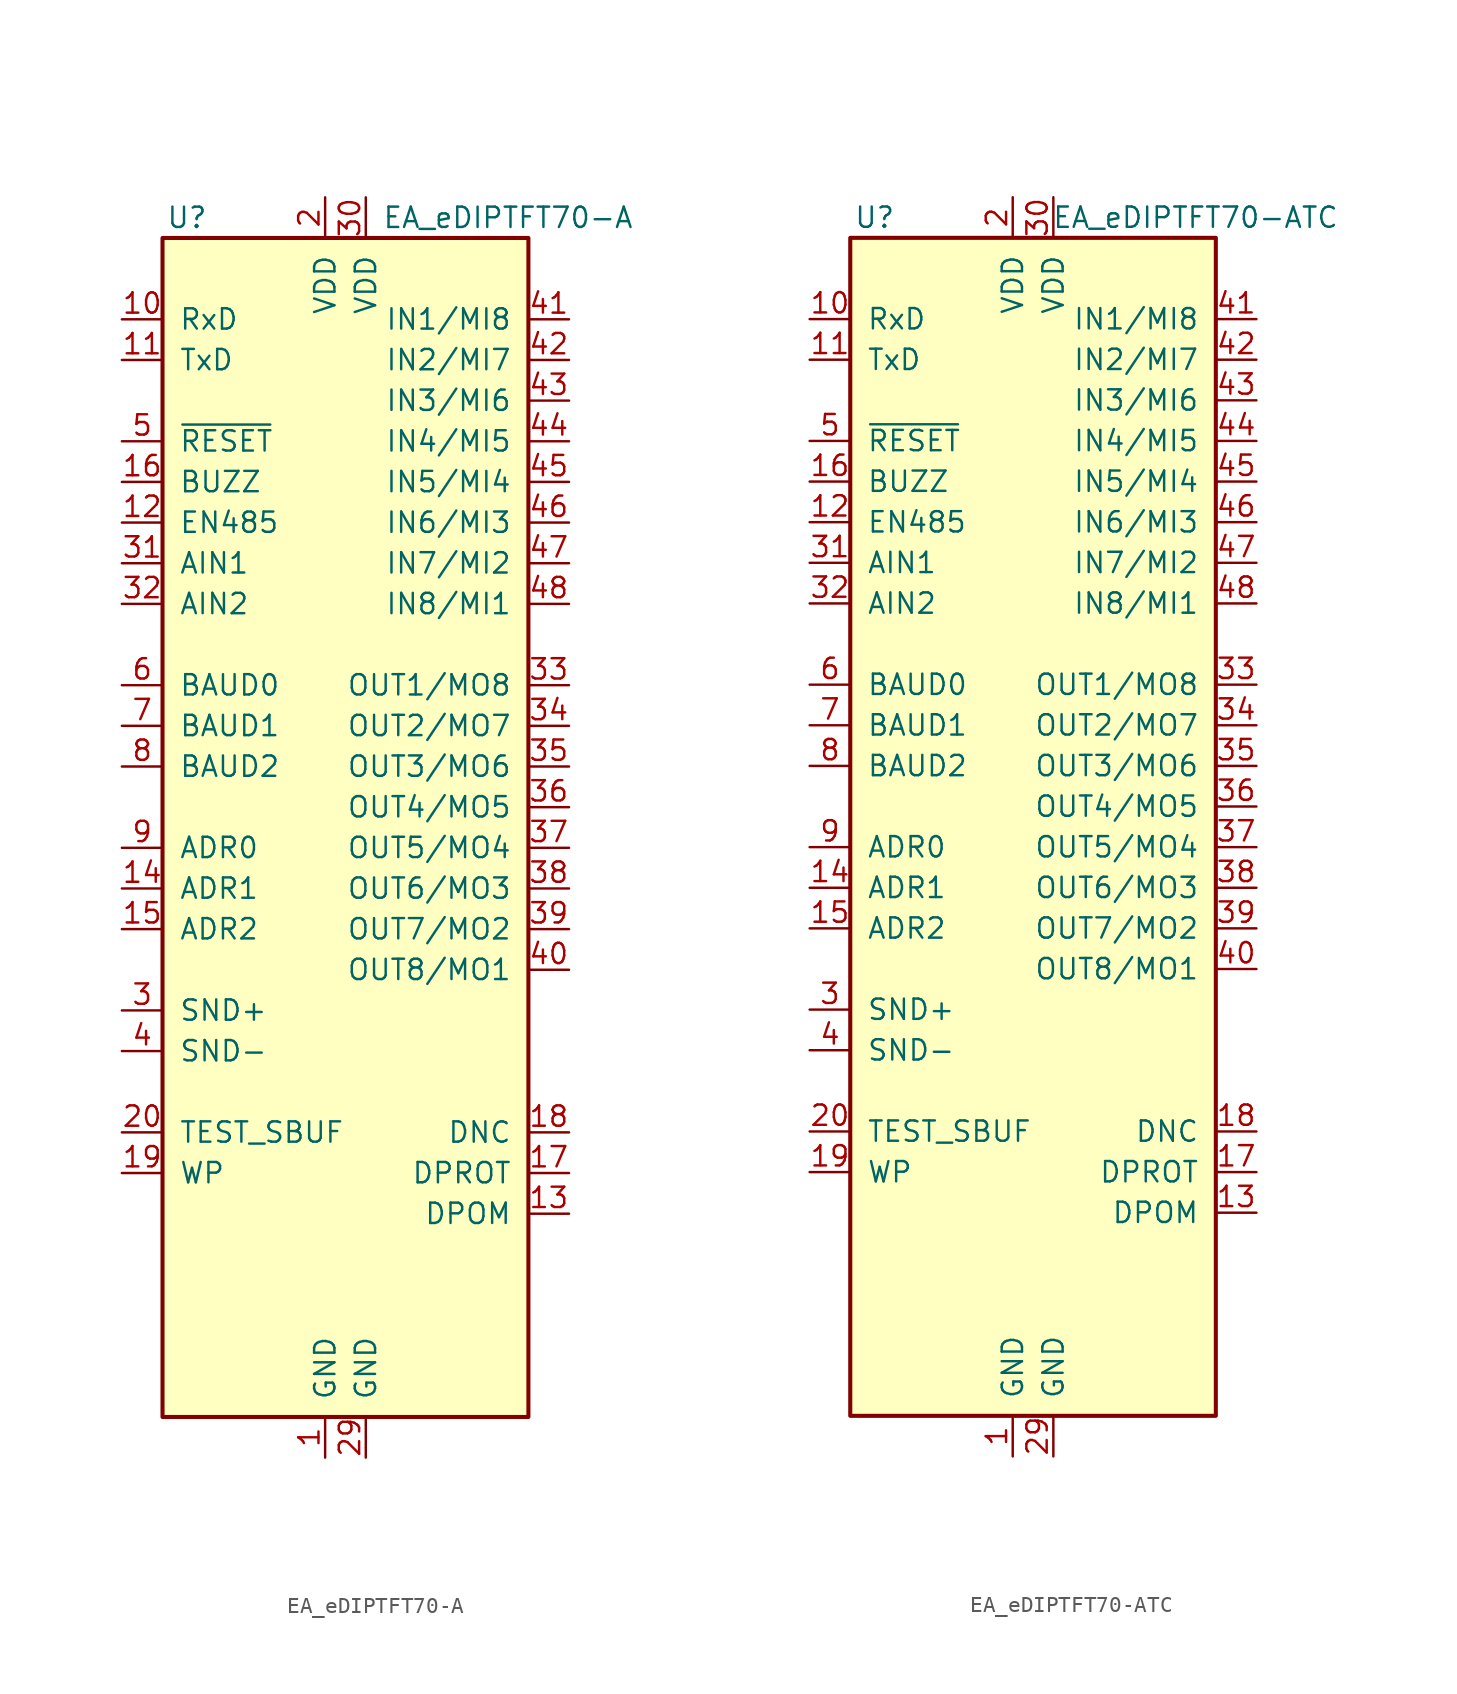
<source format=kicad_sym>
(kicad_symbol_lib
  (version 20201005)
  (generator kicad_symbol_editor)
  (symbol "Display_Graphic:EA_eDIPTFT70-A"
    (pin_names
      (offset 1.016))
    (property "Reference" "U"
      (at -8.636 36.83 0)
      (effects (font (size 1.27 1.27))))
    (property "Value" "EA_eDIPTFT70-A"
      (at 11.43 36.83 0)
      (effects (font (size 1.27 1.27))))
    (symbol "EA_eDIPTFT70-A_0_1"
      (rectangle (start -10.16 35.56) (end 12.7 -38.1) (stroke (width 0.254)) (fill (type background))))
    (symbol "EA_eDIPTFT70-A_1_1"
      (pin power_in line (at 0 -40.64 90) (length 2.54) (name "GND" (effects (font (size 1.27 1.27)))) (number "1" (effects (font (size 1.27 1.27)))))
      (pin input line (at -12.7 30.48 0) (length 2.54) (name "RxD" (effects (font (size 1.27 1.27)))) (number "10" (effects (font (size 1.27 1.27)))))
      (pin output line (at -12.7 27.94 0) (length 2.54) (name "TxD" (effects (font (size 1.27 1.27)))) (number "11" (effects (font (size 1.27 1.27)))))
      (pin output line (at -12.7 17.78 0) (length 2.54) (name "EN485" (effects (font (size 1.27 1.27)))) (number "12" (effects (font (size 1.27 1.27)))))
      (pin input line (at 15.24 -25.4 180) (length 2.54) (name "DPOM" (effects (font (size 1.27 1.27)))) (number "13" (effects (font (size 1.27 1.27)))))
      (pin input line (at -12.7 -5.08 0) (length 2.54) (name "ADR1" (effects (font (size 1.27 1.27)))) (number "14" (effects (font (size 1.27 1.27)))))
      (pin input line (at -12.7 -7.62 0) (length 2.54) (name "ADR2" (effects (font (size 1.27 1.27)))) (number "15" (effects (font (size 1.27 1.27)))))
      (pin output line (at -12.7 20.32 0) (length 2.54) (name "BUZZ" (effects (font (size 1.27 1.27)))) (number "16" (effects (font (size 1.27 1.27)))))
      (pin input line (at 15.24 -22.86 180) (length 2.54) (name "DPROT" (effects (font (size 1.27 1.27)))) (number "17" (effects (font (size 1.27 1.27)))))
      (pin output line (at 15.24 -20.32 180) (length 2.54) (name "DNC" (effects (font (size 1.27 1.27)))) (number "18" (effects (font (size 1.27 1.27)))))
      (pin input line (at -12.7 -22.86 0) (length 2.54) (name "WP" (effects (font (size 1.27 1.27)))) (number "19" (effects (font (size 1.27 1.27)))))
      (pin power_in line (at 0 38.1 270) (length 2.54) (name "VDD" (effects (font (size 1.27 1.27)))) (number "2" (effects (font (size 1.27 1.27)))))
      (pin bidirectional line (at -12.7 -20.32 0) (length 2.54) (name "TEST_SBUF" (effects (font (size 1.27 1.27)))) (number "20" (effects (font (size 1.27 1.27)))))
      (pin no_connect line (at -10.16 -27.94 0) (length 2.54) hide (name "NC" (effects (font (size 1.27 1.27)))) (number "21" (effects (font (size 1.27 1.27)))))
      (pin no_connect line (at -10.16 -30.48 0) (length 2.54) hide (name "NC" (effects (font (size 1.27 1.27)))) (number "22" (effects (font (size 1.27 1.27)))))
      (pin no_connect line (at -10.16 -33.02 0) (length 2.54) hide (name "NC" (effects (font (size 1.27 1.27)))) (number "23" (effects (font (size 1.27 1.27)))))
      (pin no_connect line (at -10.16 -35.56 0) (length 2.54) hide (name "NC" (effects (font (size 1.27 1.27)))) (number "24" (effects (font (size 1.27 1.27)))))
      (pin no_connect line (at 12.7 -35.56 180) (length 2.54) hide (name "NC" (effects (font (size 1.27 1.27)))) (number "25" (effects (font (size 1.27 1.27)))))
      (pin no_connect line (at 12.7 -33.02 180) (length 2.54) hide (name "NC" (effects (font (size 1.27 1.27)))) (number "26" (effects (font (size 1.27 1.27)))))
      (pin no_connect line (at 12.7 -30.48 180) (length 2.54) hide (name "NC" (effects (font (size 1.27 1.27)))) (number "27" (effects (font (size 1.27 1.27)))))
      (pin no_connect line (at 12.7 -27.94 180) (length 2.54) hide (name "NC" (effects (font (size 1.27 1.27)))) (number "28" (effects (font (size 1.27 1.27)))))
      (pin power_in line (at 2.54 -40.64 90) (length 2.54) (name "GND" (effects (font (size 1.27 1.27)))) (number "29" (effects (font (size 1.27 1.27)))))
      (pin output line (at -12.7 -12.7 0) (length 2.54) (name "SND+" (effects (font (size 1.27 1.27)))) (number "3" (effects (font (size 1.27 1.27)))))
      (pin power_in line (at 2.54 38.1 270) (length 2.54) (name "VDD" (effects (font (size 1.27 1.27)))) (number "30" (effects (font (size 1.27 1.27)))))
      (pin input line (at -12.7 15.24 0) (length 2.54) (name "AIN1" (effects (font (size 1.27 1.27)))) (number "31" (effects (font (size 1.27 1.27)))))
      (pin input line (at -12.7 12.7 0) (length 2.54) (name "AIN2" (effects (font (size 1.27 1.27)))) (number "32" (effects (font (size 1.27 1.27)))))
      (pin output line (at 15.24 7.62 180) (length 2.54) (name "OUT1/MO8" (effects (font (size 1.27 1.27)))) (number "33" (effects (font (size 1.27 1.27)))))
      (pin output line (at 15.24 5.08 180) (length 2.54) (name "OUT2/MO7" (effects (font (size 1.27 1.27)))) (number "34" (effects (font (size 1.27 1.27)))))
      (pin output line (at 15.24 2.54 180) (length 2.54) (name "OUT3/MO6" (effects (font (size 1.27 1.27)))) (number "35" (effects (font (size 1.27 1.27)))))
      (pin output line (at 15.24 0 180) (length 2.54) (name "OUT4/MO5" (effects (font (size 1.27 1.27)))) (number "36" (effects (font (size 1.27 1.27)))))
      (pin output line (at 15.24 -2.54 180) (length 2.54) (name "OUT5/MO4" (effects (font (size 1.27 1.27)))) (number "37" (effects (font (size 1.27 1.27)))))
      (pin output line (at 15.24 -5.08 180) (length 2.54) (name "OUT6/MO3" (effects (font (size 1.27 1.27)))) (number "38" (effects (font (size 1.27 1.27)))))
      (pin output line (at 15.24 -7.62 180) (length 2.54) (name "OUT7/MO2" (effects (font (size 1.27 1.27)))) (number "39" (effects (font (size 1.27 1.27)))))
      (pin input line (at -12.7 -15.24 0) (length 2.54) (name "SND-" (effects (font (size 1.27 1.27)))) (number "4" (effects (font (size 1.27 1.27)))))
      (pin output line (at 15.24 -10.16 180) (length 2.54) (name "OUT8/MO1" (effects (font (size 1.27 1.27)))) (number "40" (effects (font (size 1.27 1.27)))))
      (pin input line (at 15.24 30.48 180) (length 2.54) (name "IN1/MI8" (effects (font (size 1.27 1.27)))) (number "41" (effects (font (size 1.27 1.27)))))
      (pin input line (at 15.24 27.94 180) (length 2.54) (name "IN2/MI7" (effects (font (size 1.27 1.27)))) (number "42" (effects (font (size 1.27 1.27)))))
      (pin input line (at 15.24 25.4 180) (length 2.54) (name "IN3/MI6" (effects (font (size 1.27 1.27)))) (number "43" (effects (font (size 1.27 1.27)))))
      (pin input line (at 15.24 22.86 180) (length 2.54) (name "IN4/MI5" (effects (font (size 1.27 1.27)))) (number "44" (effects (font (size 1.27 1.27)))))
      (pin input line (at 15.24 20.32 180) (length 2.54) (name "IN5/MI4" (effects (font (size 1.27 1.27)))) (number "45" (effects (font (size 1.27 1.27)))))
      (pin input line (at 15.24 17.78 180) (length 2.54) (name "IN6/MI3" (effects (font (size 1.27 1.27)))) (number "46" (effects (font (size 1.27 1.27)))))
      (pin input line (at 15.24 15.24 180) (length 2.54) (name "IN7/MI2" (effects (font (size 1.27 1.27)))) (number "47" (effects (font (size 1.27 1.27)))))
      (pin input line (at 15.24 12.7 180) (length 2.54) (name "IN8/MI1" (effects (font (size 1.27 1.27)))) (number "48" (effects (font (size 1.27 1.27)))))
      (pin input line (at -12.7 22.86 0) (length 2.54) (name "~RESET" (effects (font (size 1.27 1.27)))) (number "5" (effects (font (size 1.27 1.27)))))
      (pin input line (at -12.7 7.62 0) (length 2.54) (name "BAUD0" (effects (font (size 1.27 1.27)))) (number "6" (effects (font (size 1.27 1.27)))))
      (pin input line (at -12.7 5.08 0) (length 2.54) (name "BAUD1" (effects (font (size 1.27 1.27)))) (number "7" (effects (font (size 1.27 1.27)))))
      (pin input line (at -12.7 2.54 0) (length 2.54) (name "BAUD2" (effects (font (size 1.27 1.27)))) (number "8" (effects (font (size 1.27 1.27)))))
      (pin input line (at -12.7 -2.54 0) (length 2.54) (name "ADR0" (effects (font (size 1.27 1.27)))) (number "9" (effects (font (size 1.27 1.27)))))))
  (symbol "Display_Graphic:EA_eDIPTFT70-ATC"
    (pin_names
      (offset 1.016))
    (property "Reference" "U"
      (at -8.636 36.83 0)
      (effects (font (size 1.27 1.27))))
    (property "Value" "EA_eDIPTFT70-ATC"
      (at 11.43 36.83 0)
      (effects (font (size 1.27 1.27))))
    (symbol "EA_eDIPTFT70-ATC_0_1"
      (rectangle (start -10.16 35.56) (end 12.7 -38.1) (stroke (width 0.254)) (fill (type background))))
    (symbol "EA_eDIPTFT70-ATC_1_1"
      (pin power_in line (at 0 -40.64 90) (length 2.54) (name "GND" (effects (font (size 1.27 1.27)))) (number "1" (effects (font (size 1.27 1.27)))))
      (pin input line (at -12.7 30.48 0) (length 2.54) (name "RxD" (effects (font (size 1.27 1.27)))) (number "10" (effects (font (size 1.27 1.27)))))
      (pin output line (at -12.7 27.94 0) (length 2.54) (name "TxD" (effects (font (size 1.27 1.27)))) (number "11" (effects (font (size 1.27 1.27)))))
      (pin output line (at -12.7 17.78 0) (length 2.54) (name "EN485" (effects (font (size 1.27 1.27)))) (number "12" (effects (font (size 1.27 1.27)))))
      (pin input line (at 15.24 -25.4 180) (length 2.54) (name "DPOM" (effects (font (size 1.27 1.27)))) (number "13" (effects (font (size 1.27 1.27)))))
      (pin input line (at -12.7 -5.08 0) (length 2.54) (name "ADR1" (effects (font (size 1.27 1.27)))) (number "14" (effects (font (size 1.27 1.27)))))
      (pin input line (at -12.7 -7.62 0) (length 2.54) (name "ADR2" (effects (font (size 1.27 1.27)))) (number "15" (effects (font (size 1.27 1.27)))))
      (pin output line (at -12.7 20.32 0) (length 2.54) (name "BUZZ" (effects (font (size 1.27 1.27)))) (number "16" (effects (font (size 1.27 1.27)))))
      (pin input line (at 15.24 -22.86 180) (length 2.54) (name "DPROT" (effects (font (size 1.27 1.27)))) (number "17" (effects (font (size 1.27 1.27)))))
      (pin output line (at 15.24 -20.32 180) (length 2.54) (name "DNC" (effects (font (size 1.27 1.27)))) (number "18" (effects (font (size 1.27 1.27)))))
      (pin input line (at -12.7 -22.86 0) (length 2.54) (name "WP" (effects (font (size 1.27 1.27)))) (number "19" (effects (font (size 1.27 1.27)))))
      (pin power_in line (at 0 38.1 270) (length 2.54) (name "VDD" (effects (font (size 1.27 1.27)))) (number "2" (effects (font (size 1.27 1.27)))))
      (pin bidirectional line (at -12.7 -20.32 0) (length 2.54) (name "TEST_SBUF" (effects (font (size 1.27 1.27)))) (number "20" (effects (font (size 1.27 1.27)))))
      (pin no_connect line (at -10.16 -27.94 0) (length 2.54) hide (name "NC" (effects (font (size 1.27 1.27)))) (number "21" (effects (font (size 1.27 1.27)))))
      (pin no_connect line (at -10.16 -30.48 0) (length 2.54) hide (name "NC" (effects (font (size 1.27 1.27)))) (number "22" (effects (font (size 1.27 1.27)))))
      (pin no_connect line (at -10.16 -33.02 0) (length 2.54) hide (name "NC" (effects (font (size 1.27 1.27)))) (number "23" (effects (font (size 1.27 1.27)))))
      (pin no_connect line (at -10.16 -35.56 0) (length 2.54) hide (name "NC" (effects (font (size 1.27 1.27)))) (number "24" (effects (font (size 1.27 1.27)))))
      (pin no_connect line (at 12.7 -35.56 180) (length 2.54) hide (name "NC" (effects (font (size 1.27 1.27)))) (number "25" (effects (font (size 1.27 1.27)))))
      (pin no_connect line (at 12.7 -33.02 180) (length 2.54) hide (name "NC" (effects (font (size 1.27 1.27)))) (number "26" (effects (font (size 1.27 1.27)))))
      (pin no_connect line (at 12.7 -30.48 180) (length 2.54) hide (name "NC" (effects (font (size 1.27 1.27)))) (number "27" (effects (font (size 1.27 1.27)))))
      (pin no_connect line (at 12.7 -27.94 180) (length 2.54) hide (name "NC" (effects (font (size 1.27 1.27)))) (number "28" (effects (font (size 1.27 1.27)))))
      (pin power_in line (at 2.54 -40.64 90) (length 2.54) (name "GND" (effects (font (size 1.27 1.27)))) (number "29" (effects (font (size 1.27 1.27)))))
      (pin output line (at -12.7 -12.7 0) (length 2.54) (name "SND+" (effects (font (size 1.27 1.27)))) (number "3" (effects (font (size 1.27 1.27)))))
      (pin power_in line (at 2.54 38.1 270) (length 2.54) (name "VDD" (effects (font (size 1.27 1.27)))) (number "30" (effects (font (size 1.27 1.27)))))
      (pin input line (at -12.7 15.24 0) (length 2.54) (name "AIN1" (effects (font (size 1.27 1.27)))) (number "31" (effects (font (size 1.27 1.27)))))
      (pin input line (at -12.7 12.7 0) (length 2.54) (name "AIN2" (effects (font (size 1.27 1.27)))) (number "32" (effects (font (size 1.27 1.27)))))
      (pin output line (at 15.24 7.62 180) (length 2.54) (name "OUT1/MO8" (effects (font (size 1.27 1.27)))) (number "33" (effects (font (size 1.27 1.27)))))
      (pin output line (at 15.24 5.08 180) (length 2.54) (name "OUT2/MO7" (effects (font (size 1.27 1.27)))) (number "34" (effects (font (size 1.27 1.27)))))
      (pin output line (at 15.24 2.54 180) (length 2.54) (name "OUT3/MO6" (effects (font (size 1.27 1.27)))) (number "35" (effects (font (size 1.27 1.27)))))
      (pin output line (at 15.24 0 180) (length 2.54) (name "OUT4/MO5" (effects (font (size 1.27 1.27)))) (number "36" (effects (font (size 1.27 1.27)))))
      (pin output line (at 15.24 -2.54 180) (length 2.54) (name "OUT5/MO4" (effects (font (size 1.27 1.27)))) (number "37" (effects (font (size 1.27 1.27)))))
      (pin output line (at 15.24 -5.08 180) (length 2.54) (name "OUT6/MO3" (effects (font (size 1.27 1.27)))) (number "38" (effects (font (size 1.27 1.27)))))
      (pin output line (at 15.24 -7.62 180) (length 2.54) (name "OUT7/MO2" (effects (font (size 1.27 1.27)))) (number "39" (effects (font (size 1.27 1.27)))))
      (pin input line (at -12.7 -15.24 0) (length 2.54) (name "SND-" (effects (font (size 1.27 1.27)))) (number "4" (effects (font (size 1.27 1.27)))))
      (pin output line (at 15.24 -10.16 180) (length 2.54) (name "OUT8/MO1" (effects (font (size 1.27 1.27)))) (number "40" (effects (font (size 1.27 1.27)))))
      (pin input line (at 15.24 30.48 180) (length 2.54) (name "IN1/MI8" (effects (font (size 1.27 1.27)))) (number "41" (effects (font (size 1.27 1.27)))))
      (pin input line (at 15.24 27.94 180) (length 2.54) (name "IN2/MI7" (effects (font (size 1.27 1.27)))) (number "42" (effects (font (size 1.27 1.27)))))
      (pin input line (at 15.24 25.4 180) (length 2.54) (name "IN3/MI6" (effects (font (size 1.27 1.27)))) (number "43" (effects (font (size 1.27 1.27)))))
      (pin input line (at 15.24 22.86 180) (length 2.54) (name "IN4/MI5" (effects (font (size 1.27 1.27)))) (number "44" (effects (font (size 1.27 1.27)))))
      (pin input line (at 15.24 20.32 180) (length 2.54) (name "IN5/MI4" (effects (font (size 1.27 1.27)))) (number "45" (effects (font (size 1.27 1.27)))))
      (pin input line (at 15.24 17.78 180) (length 2.54) (name "IN6/MI3" (effects (font (size 1.27 1.27)))) (number "46" (effects (font (size 1.27 1.27)))))
      (pin input line (at 15.24 15.24 180) (length 2.54) (name "IN7/MI2" (effects (font (size 1.27 1.27)))) (number "47" (effects (font (size 1.27 1.27)))))
      (pin input line (at 15.24 12.7 180) (length 2.54) (name "IN8/MI1" (effects (font (size 1.27 1.27)))) (number "48" (effects (font (size 1.27 1.27)))))
      (pin input line (at -12.7 22.86 0) (length 2.54) (name "~RESET" (effects (font (size 1.27 1.27)))) (number "5" (effects (font (size 1.27 1.27)))))
      (pin input line (at -12.7 7.62 0) (length 2.54) (name "BAUD0" (effects (font (size 1.27 1.27)))) (number "6" (effects (font (size 1.27 1.27)))))
      (pin input line (at -12.7 5.08 0) (length 2.54) (name "BAUD1" (effects (font (size 1.27 1.27)))) (number "7" (effects (font (size 1.27 1.27)))))
      (pin input line (at -12.7 2.54 0) (length 2.54) (name "BAUD2" (effects (font (size 1.27 1.27)))) (number "8" (effects (font (size 1.27 1.27)))))
      (pin input line (at -12.7 -2.54 0) (length 2.54) (name "ADR0" (effects (font (size 1.27 1.27)))) (number "9" (effects (font (size 1.27 1.27))))))))
</source>
